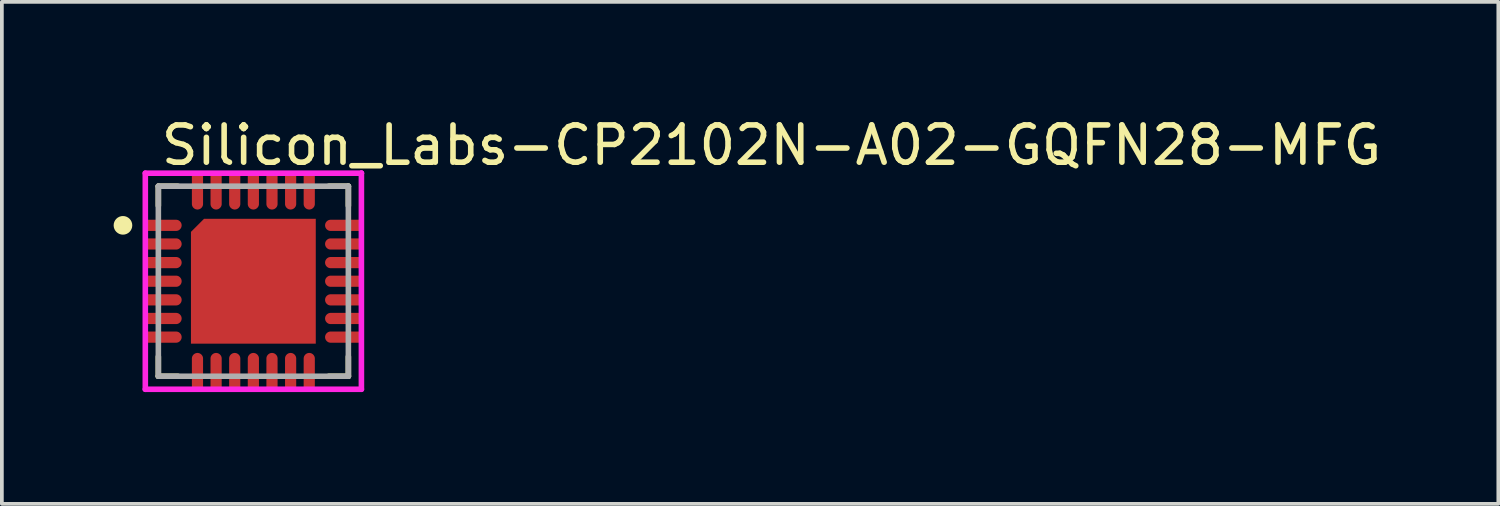
<source format=kicad_pcb>
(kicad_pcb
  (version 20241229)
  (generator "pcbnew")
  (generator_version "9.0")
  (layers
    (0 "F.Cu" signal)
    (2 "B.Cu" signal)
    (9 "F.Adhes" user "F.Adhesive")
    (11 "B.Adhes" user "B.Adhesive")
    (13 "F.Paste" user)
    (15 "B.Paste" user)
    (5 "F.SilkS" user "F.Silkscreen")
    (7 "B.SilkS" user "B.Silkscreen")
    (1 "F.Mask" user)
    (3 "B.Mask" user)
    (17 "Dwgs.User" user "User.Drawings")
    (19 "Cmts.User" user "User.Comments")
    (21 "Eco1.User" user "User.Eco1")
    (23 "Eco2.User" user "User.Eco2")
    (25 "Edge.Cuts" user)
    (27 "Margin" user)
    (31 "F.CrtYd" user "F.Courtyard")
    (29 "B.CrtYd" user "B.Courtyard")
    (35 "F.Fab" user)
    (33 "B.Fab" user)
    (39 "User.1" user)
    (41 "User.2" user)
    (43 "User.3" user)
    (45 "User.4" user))
  (footprint "Silicon_Labs-CP2102N-A02-GQFN28-MFG"
    (layer "F.Cu")
    (at 3.75 4.498)
    (property "Reference" "Silicon_Labs-CP2102N-A02-GQFN28-MFG" (at -2.55 -3.65 0) (layer "F.SilkS") (effects (font (size 1 1) (thickness 0.15)) (justify left)))
    (attr through_hole)
    (fp_line (start -2.55 -2.55) (end -2.025 -2.55) (stroke (width 0.15) (type solid)) (layer "F.SilkS"))
    (fp_line (start -2.55 -2.025) (end -2.55 -2.55) (stroke (width 0.15) (type solid)) (layer "F.SilkS"))
    (fp_line (start -2.55 2.55) (end -2.55 2.025) (stroke (width 0.15) (type solid)) (layer "F.SilkS"))
    (fp_line (start -2.55 2.55) (end -2.025 2.55) (stroke (width 0.15) (type solid)) (layer "F.SilkS"))
    (fp_line (start 2.025 -2.55) (end 2.55 -2.55) (stroke (width 0.15) (type solid)) (layer "F.SilkS"))
    (fp_line (start 2.025 2.55) (end 2.55 2.55) (stroke (width 0.15) (type solid)) (layer "F.SilkS"))
    (fp_line (start 2.55 -2.025) (end 2.55 -2.55) (stroke (width 0.15) (type solid)) (layer "F.SilkS"))
    (fp_line (start 2.55 2.55) (end 2.55 2.025) (stroke (width 0.15) (type solid)) (layer "F.SilkS"))
    (fp_circle (center -3.5 -1.5) (end -3.375 -1.5) (stroke (width 0.25) (type solid)) (fill no) (layer "F.SilkS"))
    (fp_line (start -2.9 -2.9) (end -2.9 2.9) (stroke (width 0.15) (type solid)) (layer "F.CrtYd"))
    (fp_line (start -2.9 2.9) (end 2.9 2.9) (stroke (width 0.15) (type solid)) (layer "F.CrtYd"))
    (fp_line (start 2.9 -2.9) (end -2.9 -2.9) (stroke (width 0.15) (type solid)) (layer "F.CrtYd"))
    (fp_line (start 2.9 -2.9) (end 2.9 -2.9) (stroke (width 0.15) (type solid)) (layer "F.CrtYd"))
    (fp_line (start 2.9 2.9) (end 2.9 -2.9) (stroke (width 0.15) (type solid)) (layer "F.CrtYd"))
    (fp_line (start -2.55 -2.55) (end 2.55 -2.55) (stroke (width 0.15) (type solid)) (layer "F.Fab"))
    (fp_line (start -2.55 2.55) (end -2.55 -2.55) (stroke (width 0.15) (type solid)) (layer "F.Fab"))
    (fp_line (start 2.55 -2.55) (end 2.55 2.55) (stroke (width 0.15) (type solid)) (layer "F.Fab"))
    (fp_line (start 2.55 2.55) (end -2.55 2.55) (stroke (width 0.15) (type solid)) (layer "F.Fab"))
    (pad "" smd rect (at -0.75 -0.75) (size 1.2 1.2) (layers "F.Paste"))
    (pad "" smd rect (at -0.75 0.75) (size 1.2 1.2) (layers "F.Paste"))
    (pad "" smd rect (at 0.75 -0.75) (size 1.2 1.2) (layers "F.Paste"))
    (pad "" smd rect (at 0.75 0.75) (size 1.2 1.2) (layers "F.Paste"))
    (pad "1" smd custom (at -2.4 -1.5) (size 0.3 0.3) (layers "F.Cu" "F.Mask" "F.Paste") (options (anchor circle)) (primitives (gr_poly (pts (xy -0.475 -0.15) (xy -0.475 0.15) (xy 0.325 0.15) (xy 0.337 0.15) (xy 0.348 0.148) (xy 0.36 0.146) (xy 0.371 0.143) (xy 0.382 0.139) (xy 0.393 0.134) (xy 0.403 0.128) (xy 0.413 0.121) (xy 0.422 0.114) (xy 0.431 0.106) (xy 0.439 0.097) (xy 0.446 0.088) (xy 0.453 0.078) (xy 0.459 0.068) (xy 0.464 0.057) (xy 0.468 0.046) (xy 0.471 0.035) (xy 0.473 0.023) (xy 0.475 0.012) (xy 0.475 0) (xy 0.475 -0.012) (xy 0.473 -0.023) (xy 0.471 -0.035) (xy 0.468 -0.046) (xy 0.464 -0.057) (xy 0.459 -0.068) (xy 0.453 -0.078) (xy 0.446 -0.088) (xy 0.439 -0.097) (xy 0.431 -0.106) (xy 0.422 -0.114) (xy 0.413 -0.121) (xy 0.403 -0.128) (xy 0.393 -0.134) (xy 0.382 -0.139) (xy 0.371 -0.143) (xy 0.36 -0.146) (xy 0.348 -0.148) (xy 0.337 -0.15) (xy 0.325 -0.15) (xy -0.475 -0.15)) (width 0) (fill yes))))
    (pad "2" smd custom (at -2.4 -1) (size 0.3 0.3) (layers "F.Cu" "F.Mask" "F.Paste") (options (anchor circle)) (primitives (gr_poly (pts (xy -0.475 -0.15) (xy -0.475 0.15) (xy 0.325 0.15) (xy 0.337 0.15) (xy 0.348 0.148) (xy 0.36 0.146) (xy 0.371 0.143) (xy 0.382 0.139) (xy 0.393 0.134) (xy 0.403 0.128) (xy 0.413 0.121) (xy 0.422 0.114) (xy 0.431 0.106) (xy 0.439 0.097) (xy 0.446 0.088) (xy 0.453 0.078) (xy 0.459 0.068) (xy 0.464 0.057) (xy 0.468 0.046) (xy 0.471 0.035) (xy 0.473 0.023) (xy 0.475 0.012) (xy 0.475 0) (xy 0.475 -0.012) (xy 0.473 -0.023) (xy 0.471 -0.035) (xy 0.468 -0.046) (xy 0.464 -0.057) (xy 0.459 -0.068) (xy 0.453 -0.078) (xy 0.446 -0.088) (xy 0.439 -0.097) (xy 0.431 -0.106) (xy 0.422 -0.114) (xy 0.413 -0.121) (xy 0.403 -0.128) (xy 0.393 -0.134) (xy 0.382 -0.139) (xy 0.371 -0.143) (xy 0.36 -0.146) (xy 0.348 -0.148) (xy 0.337 -0.15) (xy 0.325 -0.15) (xy -0.475 -0.15)) (width 0) (fill yes))))
    (pad "3" smd custom (at -2.4 -0.5) (size 0.3 0.3) (layers "F.Cu" "F.Mask" "F.Paste") (options (anchor circle)) (primitives (gr_poly (pts (xy -0.475 -0.15) (xy -0.475 0.15) (xy 0.325 0.15) (xy 0.337 0.15) (xy 0.348 0.148) (xy 0.36 0.146) (xy 0.371 0.143) (xy 0.382 0.139) (xy 0.393 0.134) (xy 0.403 0.128) (xy 0.413 0.121) (xy 0.422 0.114) (xy 0.431 0.106) (xy 0.439 0.097) (xy 0.446 0.088) (xy 0.453 0.078) (xy 0.459 0.068) (xy 0.464 0.057) (xy 0.468 0.046) (xy 0.471 0.035) (xy 0.473 0.023) (xy 0.475 0.012) (xy 0.475 0) (xy 0.475 -0.012) (xy 0.473 -0.023) (xy 0.471 -0.035) (xy 0.468 -0.046) (xy 0.464 -0.057) (xy 0.459 -0.068) (xy 0.453 -0.078) (xy 0.446 -0.088) (xy 0.439 -0.097) (xy 0.431 -0.106) (xy 0.422 -0.114) (xy 0.413 -0.121) (xy 0.403 -0.128) (xy 0.393 -0.134) (xy 0.382 -0.139) (xy 0.371 -0.143) (xy 0.36 -0.146) (xy 0.348 -0.148) (xy 0.337 -0.15) (xy 0.325 -0.15) (xy -0.475 -0.15)) (width 0) (fill yes))))
    (pad "4" smd custom (at -2.4 0) (size 0.3 0.3) (layers "F.Cu" "F.Mask" "F.Paste") (options (anchor circle)) (primitives (gr_poly (pts (xy -0.475 -0.15) (xy -0.475 0.15) (xy 0.325 0.15) (xy 0.337 0.15) (xy 0.348 0.148) (xy 0.36 0.146) (xy 0.371 0.143) (xy 0.382 0.139) (xy 0.393 0.134) (xy 0.403 0.128) (xy 0.413 0.121) (xy 0.422 0.114) (xy 0.431 0.106) (xy 0.439 0.097) (xy 0.446 0.088) (xy 0.453 0.078) (xy 0.459 0.068) (xy 0.464 0.057) (xy 0.468 0.046) (xy 0.471 0.035) (xy 0.473 0.023) (xy 0.475 0.012) (xy 0.475 0) (xy 0.475 -0.012) (xy 0.473 -0.023) (xy 0.471 -0.035) (xy 0.468 -0.046) (xy 0.464 -0.057) (xy 0.459 -0.068) (xy 0.453 -0.078) (xy 0.446 -0.088) (xy 0.439 -0.097) (xy 0.431 -0.106) (xy 0.422 -0.114) (xy 0.413 -0.121) (xy 0.403 -0.128) (xy 0.393 -0.134) (xy 0.382 -0.139) (xy 0.371 -0.143) (xy 0.36 -0.146) (xy 0.348 -0.148) (xy 0.337 -0.15) (xy 0.325 -0.15) (xy -0.475 -0.15)) (width 0) (fill yes))))
    (pad "5" smd custom (at -2.4 0.5) (size 0.3 0.3) (layers "F.Cu" "F.Mask" "F.Paste") (options (anchor circle)) (primitives (gr_poly (pts (xy -0.475 -0.15) (xy -0.475 0.15) (xy 0.325 0.15) (xy 0.337 0.15) (xy 0.348 0.148) (xy 0.36 0.146) (xy 0.371 0.143) (xy 0.382 0.139) (xy 0.393 0.134) (xy 0.403 0.128) (xy 0.413 0.121) (xy 0.422 0.114) (xy 0.431 0.106) (xy 0.439 0.097) (xy 0.446 0.088) (xy 0.453 0.078) (xy 0.459 0.068) (xy 0.464 0.057) (xy 0.468 0.046) (xy 0.471 0.035) (xy 0.473 0.023) (xy 0.475 0.012) (xy 0.475 0) (xy 0.475 -0.012) (xy 0.473 -0.023) (xy 0.471 -0.035) (xy 0.468 -0.046) (xy 0.464 -0.057) (xy 0.459 -0.068) (xy 0.453 -0.078) (xy 0.446 -0.088) (xy 0.439 -0.097) (xy 0.431 -0.106) (xy 0.422 -0.114) (xy 0.413 -0.121) (xy 0.403 -0.128) (xy 0.393 -0.134) (xy 0.382 -0.139) (xy 0.371 -0.143) (xy 0.36 -0.146) (xy 0.348 -0.148) (xy 0.337 -0.15) (xy 0.325 -0.15) (xy -0.475 -0.15)) (width 0) (fill yes))))
    (pad "6" smd custom (at -2.4 1) (size 0.3 0.3) (layers "F.Cu" "F.Mask" "F.Paste") (options (anchor circle)) (primitives (gr_poly (pts (xy -0.475 -0.15) (xy -0.475 0.15) (xy 0.325 0.15) (xy 0.337 0.15) (xy 0.348 0.148) (xy 0.36 0.146) (xy 0.371 0.143) (xy 0.382 0.139) (xy 0.393 0.134) (xy 0.403 0.128) (xy 0.413 0.121) (xy 0.422 0.114) (xy 0.431 0.106) (xy 0.439 0.097) (xy 0.446 0.088) (xy 0.453 0.078) (xy 0.459 0.068) (xy 0.464 0.057) (xy 0.468 0.046) (xy 0.471 0.035) (xy 0.473 0.023) (xy 0.475 0.012) (xy 0.475 0) (xy 0.475 -0.012) (xy 0.473 -0.023) (xy 0.471 -0.035) (xy 0.468 -0.046) (xy 0.464 -0.057) (xy 0.459 -0.068) (xy 0.453 -0.078) (xy 0.446 -0.088) (xy 0.439 -0.097) (xy 0.431 -0.106) (xy 0.422 -0.114) (xy 0.413 -0.121) (xy 0.403 -0.128) (xy 0.393 -0.134) (xy 0.382 -0.139) (xy 0.371 -0.143) (xy 0.36 -0.146) (xy 0.348 -0.148) (xy 0.337 -0.15) (xy 0.325 -0.15) (xy -0.475 -0.15)) (width 0) (fill yes))))
    (pad "7" smd custom (at -2.4 1.5) (size 0.3 0.3) (layers "F.Cu" "F.Mask" "F.Paste") (options (anchor circle)) (primitives (gr_poly (pts (xy -0.475 -0.15) (xy -0.475 0.15) (xy 0.325 0.15) (xy 0.337 0.15) (xy 0.348 0.148) (xy 0.36 0.146) (xy 0.371 0.143) (xy 0.382 0.139) (xy 0.393 0.134) (xy 0.403 0.128) (xy 0.413 0.121) (xy 0.422 0.114) (xy 0.431 0.106) (xy 0.439 0.097) (xy 0.446 0.088) (xy 0.453 0.078) (xy 0.459 0.068) (xy 0.464 0.057) (xy 0.468 0.046) (xy 0.471 0.035) (xy 0.473 0.023) (xy 0.475 0.012) (xy 0.475 0) (xy 0.475 -0.012) (xy 0.473 -0.023) (xy 0.471 -0.035) (xy 0.468 -0.046) (xy 0.464 -0.057) (xy 0.459 -0.068) (xy 0.453 -0.078) (xy 0.446 -0.088) (xy 0.439 -0.097) (xy 0.431 -0.106) (xy 0.422 -0.114) (xy 0.413 -0.121) (xy 0.403 -0.128) (xy 0.393 -0.134) (xy 0.382 -0.139) (xy 0.371 -0.143) (xy 0.36 -0.146) (xy 0.348 -0.148) (xy 0.337 -0.15) (xy 0.325 -0.15) (xy -0.475 -0.15)) (width 0) (fill yes))))
    (pad "8" smd custom (at -1.5 2.4) (size 0.3 0.3) (layers "F.Cu" "F.Mask" "F.Paste") (options (anchor circle)) (primitives (gr_poly (pts (xy -0.15 0.475) (xy 0.15 0.475) (xy 0.15 -0.325) (xy 0.15 -0.337) (xy 0.148 -0.348) (xy 0.146 -0.36) (xy 0.143 -0.371) (xy 0.139 -0.382) (xy 0.134 -0.393) (xy 0.128 -0.403) (xy 0.121 -0.413) (xy 0.114 -0.422) (xy 0.106 -0.431) (xy 0.097 -0.439) (xy 0.088 -0.446) (xy 0.078 -0.453) (xy 0.068 -0.459) (xy 0.057 -0.464) (xy 0.046 -0.468) (xy 0.035 -0.471) (xy 0.023 -0.473) (xy 0.012 -0.475) (xy 0 -0.475) (xy -0.012 -0.475) (xy -0.023 -0.473) (xy -0.035 -0.471) (xy -0.046 -0.468) (xy -0.057 -0.464) (xy -0.068 -0.459) (xy -0.078 -0.453) (xy -0.088 -0.446) (xy -0.097 -0.439) (xy -0.106 -0.431) (xy -0.114 -0.422) (xy -0.121 -0.413) (xy -0.128 -0.403) (xy -0.134 -0.393) (xy -0.139 -0.382) (xy -0.143 -0.371) (xy -0.146 -0.36) (xy -0.148 -0.348) (xy -0.15 -0.337) (xy -0.15 -0.325) (xy -0.15 0.475)) (width 0) (fill yes))))
    (pad "9" smd custom (at -1 2.4) (size 0.3 0.3) (layers "F.Cu" "F.Mask" "F.Paste") (options (anchor circle)) (primitives (gr_poly (pts (xy -0.15 0.475) (xy 0.15 0.475) (xy 0.15 -0.325) (xy 0.15 -0.337) (xy 0.148 -0.348) (xy 0.146 -0.36) (xy 0.143 -0.371) (xy 0.139 -0.382) (xy 0.134 -0.393) (xy 0.128 -0.403) (xy 0.121 -0.413) (xy 0.114 -0.422) (xy 0.106 -0.431) (xy 0.097 -0.439) (xy 0.088 -0.446) (xy 0.078 -0.453) (xy 0.068 -0.459) (xy 0.057 -0.464) (xy 0.046 -0.468) (xy 0.035 -0.471) (xy 0.023 -0.473) (xy 0.012 -0.475) (xy 0 -0.475) (xy -0.012 -0.475) (xy -0.023 -0.473) (xy -0.035 -0.471) (xy -0.046 -0.468) (xy -0.057 -0.464) (xy -0.068 -0.459) (xy -0.078 -0.453) (xy -0.088 -0.446) (xy -0.097 -0.439) (xy -0.106 -0.431) (xy -0.114 -0.422) (xy -0.121 -0.413) (xy -0.128 -0.403) (xy -0.134 -0.393) (xy -0.139 -0.382) (xy -0.143 -0.371) (xy -0.146 -0.36) (xy -0.148 -0.348) (xy -0.15 -0.337) (xy -0.15 -0.325) (xy -0.15 0.475)) (width 0) (fill yes))))
    (pad "10" smd custom (at -0.5 2.4) (size 0.3 0.3) (layers "F.Cu" "F.Mask" "F.Paste") (options (anchor circle)) (primitives (gr_poly (pts (xy -0.15 0.475) (xy 0.15 0.475) (xy 0.15 -0.325) (xy 0.15 -0.337) (xy 0.148 -0.348) (xy 0.146 -0.36) (xy 0.143 -0.371) (xy 0.139 -0.382) (xy 0.134 -0.393) (xy 0.128 -0.403) (xy 0.121 -0.413) (xy 0.114 -0.422) (xy 0.106 -0.431) (xy 0.097 -0.439) (xy 0.088 -0.446) (xy 0.078 -0.453) (xy 0.068 -0.459) (xy 0.057 -0.464) (xy 0.046 -0.468) (xy 0.035 -0.471) (xy 0.023 -0.473) (xy 0.012 -0.475) (xy 0 -0.475) (xy -0.012 -0.475) (xy -0.023 -0.473) (xy -0.035 -0.471) (xy -0.046 -0.468) (xy -0.057 -0.464) (xy -0.068 -0.459) (xy -0.078 -0.453) (xy -0.088 -0.446) (xy -0.097 -0.439) (xy -0.106 -0.431) (xy -0.114 -0.422) (xy -0.121 -0.413) (xy -0.128 -0.403) (xy -0.134 -0.393) (xy -0.139 -0.382) (xy -0.143 -0.371) (xy -0.146 -0.36) (xy -0.148 -0.348) (xy -0.15 -0.337) (xy -0.15 -0.325) (xy -0.15 0.475)) (width 0) (fill yes))))
    (pad "11" smd custom (at 0 2.4) (size 0.3 0.3) (layers "F.Cu" "F.Mask" "F.Paste") (options (anchor circle)) (primitives (gr_poly (pts (xy -0.15 0.475) (xy 0.15 0.475) (xy 0.15 -0.325) (xy 0.15 -0.337) (xy 0.148 -0.348) (xy 0.146 -0.36) (xy 0.143 -0.371) (xy 0.139 -0.382) (xy 0.134 -0.393) (xy 0.128 -0.403) (xy 0.121 -0.413) (xy 0.114 -0.422) (xy 0.106 -0.431) (xy 0.097 -0.439) (xy 0.088 -0.446) (xy 0.078 -0.453) (xy 0.068 -0.459) (xy 0.057 -0.464) (xy 0.046 -0.468) (xy 0.035 -0.471) (xy 0.023 -0.473) (xy 0.012 -0.475) (xy 0 -0.475) (xy -0.012 -0.475) (xy -0.023 -0.473) (xy -0.035 -0.471) (xy -0.046 -0.468) (xy -0.057 -0.464) (xy -0.068 -0.459) (xy -0.078 -0.453) (xy -0.088 -0.446) (xy -0.097 -0.439) (xy -0.106 -0.431) (xy -0.114 -0.422) (xy -0.121 -0.413) (xy -0.128 -0.403) (xy -0.134 -0.393) (xy -0.139 -0.382) (xy -0.143 -0.371) (xy -0.146 -0.36) (xy -0.148 -0.348) (xy -0.15 -0.337) (xy -0.15 -0.325) (xy -0.15 0.475)) (width 0) (fill yes))))
    (pad "12" smd custom (at 0.5 2.4) (size 0.3 0.3) (layers "F.Cu" "F.Mask" "F.Paste") (options (anchor circle)) (primitives (gr_poly (pts (xy -0.15 0.475) (xy 0.15 0.475) (xy 0.15 -0.325) (xy 0.15 -0.337) (xy 0.148 -0.348) (xy 0.146 -0.36) (xy 0.143 -0.371) (xy 0.139 -0.382) (xy 0.134 -0.393) (xy 0.128 -0.403) (xy 0.121 -0.413) (xy 0.114 -0.422) (xy 0.106 -0.431) (xy 0.097 -0.439) (xy 0.088 -0.446) (xy 0.078 -0.453) (xy 0.068 -0.459) (xy 0.057 -0.464) (xy 0.046 -0.468) (xy 0.035 -0.471) (xy 0.023 -0.473) (xy 0.012 -0.475) (xy 0 -0.475) (xy -0.012 -0.475) (xy -0.023 -0.473) (xy -0.035 -0.471) (xy -0.046 -0.468) (xy -0.057 -0.464) (xy -0.068 -0.459) (xy -0.078 -0.453) (xy -0.088 -0.446) (xy -0.097 -0.439) (xy -0.106 -0.431) (xy -0.114 -0.422) (xy -0.121 -0.413) (xy -0.128 -0.403) (xy -0.134 -0.393) (xy -0.139 -0.382) (xy -0.143 -0.371) (xy -0.146 -0.36) (xy -0.148 -0.348) (xy -0.15 -0.337) (xy -0.15 -0.325) (xy -0.15 0.475)) (width 0) (fill yes))))
    (pad "13" smd custom (at 1 2.4) (size 0.3 0.3) (layers "F.Cu" "F.Mask" "F.Paste") (options (anchor circle)) (primitives (gr_poly (pts (xy -0.15 0.475) (xy 0.15 0.475) (xy 0.15 -0.325) (xy 0.15 -0.337) (xy 0.148 -0.348) (xy 0.146 -0.36) (xy 0.143 -0.371) (xy 0.139 -0.382) (xy 0.134 -0.393) (xy 0.128 -0.403) (xy 0.121 -0.413) (xy 0.114 -0.422) (xy 0.106 -0.431) (xy 0.097 -0.439) (xy 0.088 -0.446) (xy 0.078 -0.453) (xy 0.068 -0.459) (xy 0.057 -0.464) (xy 0.046 -0.468) (xy 0.035 -0.471) (xy 0.023 -0.473) (xy 0.012 -0.475) (xy 0 -0.475) (xy -0.012 -0.475) (xy -0.023 -0.473) (xy -0.035 -0.471) (xy -0.046 -0.468) (xy -0.057 -0.464) (xy -0.068 -0.459) (xy -0.078 -0.453) (xy -0.088 -0.446) (xy -0.097 -0.439) (xy -0.106 -0.431) (xy -0.114 -0.422) (xy -0.121 -0.413) (xy -0.128 -0.403) (xy -0.134 -0.393) (xy -0.139 -0.382) (xy -0.143 -0.371) (xy -0.146 -0.36) (xy -0.148 -0.348) (xy -0.15 -0.337) (xy -0.15 -0.325) (xy -0.15 0.475)) (width 0) (fill yes))))
    (pad "14" smd custom (at 1.5 2.4) (size 0.3 0.3) (layers "F.Cu" "F.Mask" "F.Paste") (options (anchor circle)) (primitives (gr_poly (pts (xy -0.15 0.475) (xy 0.15 0.475) (xy 0.15 -0.325) (xy 0.15 -0.337) (xy 0.148 -0.348) (xy 0.146 -0.36) (xy 0.143 -0.371) (xy 0.139 -0.382) (xy 0.134 -0.393) (xy 0.128 -0.403) (xy 0.121 -0.413) (xy 0.114 -0.422) (xy 0.106 -0.431) (xy 0.097 -0.439) (xy 0.088 -0.446) (xy 0.078 -0.453) (xy 0.068 -0.459) (xy 0.057 -0.464) (xy 0.046 -0.468) (xy 0.035 -0.471) (xy 0.023 -0.473) (xy 0.012 -0.475) (xy 0 -0.475) (xy -0.012 -0.475) (xy -0.023 -0.473) (xy -0.035 -0.471) (xy -0.046 -0.468) (xy -0.057 -0.464) (xy -0.068 -0.459) (xy -0.078 -0.453) (xy -0.088 -0.446) (xy -0.097 -0.439) (xy -0.106 -0.431) (xy -0.114 -0.422) (xy -0.121 -0.413) (xy -0.128 -0.403) (xy -0.134 -0.393) (xy -0.139 -0.382) (xy -0.143 -0.371) (xy -0.146 -0.36) (xy -0.148 -0.348) (xy -0.15 -0.337) (xy -0.15 -0.325) (xy -0.15 0.475)) (width 0) (fill yes))))
    (pad "15" smd custom (at 2.4 1.5) (size 0.3 0.3) (layers "F.Cu" "F.Mask" "F.Paste") (options (anchor circle)) (primitives (gr_poly (pts (xy 0.475 0.15) (xy 0.475 -0.15) (xy -0.325 -0.15) (xy -0.337 -0.15) (xy -0.348 -0.148) (xy -0.36 -0.146) (xy -0.371 -0.143) (xy -0.382 -0.139) (xy -0.393 -0.134) (xy -0.403 -0.128) (xy -0.413 -0.121) (xy -0.422 -0.114) (xy -0.431 -0.106) (xy -0.439 -0.097) (xy -0.446 -0.088) (xy -0.453 -0.078) (xy -0.459 -0.068) (xy -0.464 -0.057) (xy -0.468 -0.046) (xy -0.471 -0.035) (xy -0.473 -0.023) (xy -0.475 -0.012) (xy -0.475 0) (xy -0.475 0.012) (xy -0.473 0.023) (xy -0.471 0.035) (xy -0.468 0.046) (xy -0.464 0.057) (xy -0.459 0.068) (xy -0.453 0.078) (xy -0.446 0.088) (xy -0.439 0.097) (xy -0.431 0.106) (xy -0.422 0.114) (xy -0.413 0.121) (xy -0.403 0.128) (xy -0.393 0.134) (xy -0.382 0.139) (xy -0.371 0.143) (xy -0.36 0.146) (xy -0.348 0.148) (xy -0.337 0.15) (xy -0.325 0.15) (xy 0.475 0.15)) (width 0) (fill yes))))
    (pad "16" smd custom (at 2.4 1) (size 0.3 0.3) (layers "F.Cu" "F.Mask" "F.Paste") (options (anchor circle)) (primitives (gr_poly (pts (xy 0.475 0.15) (xy 0.475 -0.15) (xy -0.325 -0.15) (xy -0.337 -0.15) (xy -0.348 -0.148) (xy -0.36 -0.146) (xy -0.371 -0.143) (xy -0.382 -0.139) (xy -0.393 -0.134) (xy -0.403 -0.128) (xy -0.413 -0.121) (xy -0.422 -0.114) (xy -0.431 -0.106) (xy -0.439 -0.097) (xy -0.446 -0.088) (xy -0.453 -0.078) (xy -0.459 -0.068) (xy -0.464 -0.057) (xy -0.468 -0.046) (xy -0.471 -0.035) (xy -0.473 -0.023) (xy -0.475 -0.012) (xy -0.475 0) (xy -0.475 0.012) (xy -0.473 0.023) (xy -0.471 0.035) (xy -0.468 0.046) (xy -0.464 0.057) (xy -0.459 0.068) (xy -0.453 0.078) (xy -0.446 0.088) (xy -0.439 0.097) (xy -0.431 0.106) (xy -0.422 0.114) (xy -0.413 0.121) (xy -0.403 0.128) (xy -0.393 0.134) (xy -0.382 0.139) (xy -0.371 0.143) (xy -0.36 0.146) (xy -0.348 0.148) (xy -0.337 0.15) (xy -0.325 0.15) (xy 0.475 0.15)) (width 0) (fill yes))))
    (pad "17" smd custom (at 2.4 0.5) (size 0.3 0.3) (layers "F.Cu" "F.Mask" "F.Paste") (options (anchor circle)) (primitives (gr_poly (pts (xy 0.475 0.15) (xy 0.475 -0.15) (xy -0.325 -0.15) (xy -0.337 -0.15) (xy -0.348 -0.148) (xy -0.36 -0.146) (xy -0.371 -0.143) (xy -0.382 -0.139) (xy -0.393 -0.134) (xy -0.403 -0.128) (xy -0.413 -0.121) (xy -0.422 -0.114) (xy -0.431 -0.106) (xy -0.439 -0.097) (xy -0.446 -0.088) (xy -0.453 -0.078) (xy -0.459 -0.068) (xy -0.464 -0.057) (xy -0.468 -0.046) (xy -0.471 -0.035) (xy -0.473 -0.023) (xy -0.475 -0.012) (xy -0.475 0) (xy -0.475 0.012) (xy -0.473 0.023) (xy -0.471 0.035) (xy -0.468 0.046) (xy -0.464 0.057) (xy -0.459 0.068) (xy -0.453 0.078) (xy -0.446 0.088) (xy -0.439 0.097) (xy -0.431 0.106) (xy -0.422 0.114) (xy -0.413 0.121) (xy -0.403 0.128) (xy -0.393 0.134) (xy -0.382 0.139) (xy -0.371 0.143) (xy -0.36 0.146) (xy -0.348 0.148) (xy -0.337 0.15) (xy -0.325 0.15) (xy 0.475 0.15)) (width 0) (fill yes))))
    (pad "18" smd custom (at 2.4 0) (size 0.3 0.3) (layers "F.Cu" "F.Mask" "F.Paste") (options (anchor circle)) (primitives (gr_poly (pts (xy 0.475 0.15) (xy 0.475 -0.15) (xy -0.325 -0.15) (xy -0.337 -0.15) (xy -0.348 -0.148) (xy -0.36 -0.146) (xy -0.371 -0.143) (xy -0.382 -0.139) (xy -0.393 -0.134) (xy -0.403 -0.128) (xy -0.413 -0.121) (xy -0.422 -0.114) (xy -0.431 -0.106) (xy -0.439 -0.097) (xy -0.446 -0.088) (xy -0.453 -0.078) (xy -0.459 -0.068) (xy -0.464 -0.057) (xy -0.468 -0.046) (xy -0.471 -0.035) (xy -0.473 -0.023) (xy -0.475 -0.012) (xy -0.475 0) (xy -0.475 0.012) (xy -0.473 0.023) (xy -0.471 0.035) (xy -0.468 0.046) (xy -0.464 0.057) (xy -0.459 0.068) (xy -0.453 0.078) (xy -0.446 0.088) (xy -0.439 0.097) (xy -0.431 0.106) (xy -0.422 0.114) (xy -0.413 0.121) (xy -0.403 0.128) (xy -0.393 0.134) (xy -0.382 0.139) (xy -0.371 0.143) (xy -0.36 0.146) (xy -0.348 0.148) (xy -0.337 0.15) (xy -0.325 0.15) (xy 0.475 0.15)) (width 0) (fill yes))))
    (pad "19" smd custom (at 2.4 -0.5) (size 0.3 0.3) (layers "F.Cu" "F.Mask" "F.Paste") (options (anchor circle)) (primitives (gr_poly (pts (xy 0.475 0.15) (xy 0.475 -0.15) (xy -0.325 -0.15) (xy -0.337 -0.15) (xy -0.348 -0.148) (xy -0.36 -0.146) (xy -0.371 -0.143) (xy -0.382 -0.139) (xy -0.393 -0.134) (xy -0.403 -0.128) (xy -0.413 -0.121) (xy -0.422 -0.114) (xy -0.431 -0.106) (xy -0.439 -0.097) (xy -0.446 -0.088) (xy -0.453 -0.078) (xy -0.459 -0.068) (xy -0.464 -0.057) (xy -0.468 -0.046) (xy -0.471 -0.035) (xy -0.473 -0.023) (xy -0.475 -0.012) (xy -0.475 0) (xy -0.475 0.012) (xy -0.473 0.023) (xy -0.471 0.035) (xy -0.468 0.046) (xy -0.464 0.057) (xy -0.459 0.068) (xy -0.453 0.078) (xy -0.446 0.088) (xy -0.439 0.097) (xy -0.431 0.106) (xy -0.422 0.114) (xy -0.413 0.121) (xy -0.403 0.128) (xy -0.393 0.134) (xy -0.382 0.139) (xy -0.371 0.143) (xy -0.36 0.146) (xy -0.348 0.148) (xy -0.337 0.15) (xy -0.325 0.15) (xy 0.475 0.15)) (width 0) (fill yes))))
    (pad "20" smd custom (at 2.4 -1) (size 0.3 0.3) (layers "F.Cu" "F.Mask" "F.Paste") (options (anchor circle)) (primitives (gr_poly (pts (xy 0.475 0.15) (xy 0.475 -0.15) (xy -0.325 -0.15) (xy -0.337 -0.15) (xy -0.348 -0.148) (xy -0.36 -0.146) (xy -0.371 -0.143) (xy -0.382 -0.139) (xy -0.393 -0.134) (xy -0.403 -0.128) (xy -0.413 -0.121) (xy -0.422 -0.114) (xy -0.431 -0.106) (xy -0.439 -0.097) (xy -0.446 -0.088) (xy -0.453 -0.078) (xy -0.459 -0.068) (xy -0.464 -0.057) (xy -0.468 -0.046) (xy -0.471 -0.035) (xy -0.473 -0.023) (xy -0.475 -0.012) (xy -0.475 0) (xy -0.475 0.012) (xy -0.473 0.023) (xy -0.471 0.035) (xy -0.468 0.046) (xy -0.464 0.057) (xy -0.459 0.068) (xy -0.453 0.078) (xy -0.446 0.088) (xy -0.439 0.097) (xy -0.431 0.106) (xy -0.422 0.114) (xy -0.413 0.121) (xy -0.403 0.128) (xy -0.393 0.134) (xy -0.382 0.139) (xy -0.371 0.143) (xy -0.36 0.146) (xy -0.348 0.148) (xy -0.337 0.15) (xy -0.325 0.15) (xy 0.475 0.15)) (width 0) (fill yes))))
    (pad "21" smd custom (at 2.4 -1.5) (size 0.3 0.3) (layers "F.Cu" "F.Mask" "F.Paste") (options (anchor circle)) (primitives (gr_poly (pts (xy 0.475 0.15) (xy 0.475 -0.15) (xy -0.325 -0.15) (xy -0.337 -0.15) (xy -0.348 -0.148) (xy -0.36 -0.146) (xy -0.371 -0.143) (xy -0.382 -0.139) (xy -0.393 -0.134) (xy -0.403 -0.128) (xy -0.413 -0.121) (xy -0.422 -0.114) (xy -0.431 -0.106) (xy -0.439 -0.097) (xy -0.446 -0.088) (xy -0.453 -0.078) (xy -0.459 -0.068) (xy -0.464 -0.057) (xy -0.468 -0.046) (xy -0.471 -0.035) (xy -0.473 -0.023) (xy -0.475 -0.012) (xy -0.475 0) (xy -0.475 0.012) (xy -0.473 0.023) (xy -0.471 0.035) (xy -0.468 0.046) (xy -0.464 0.057) (xy -0.459 0.068) (xy -0.453 0.078) (xy -0.446 0.088) (xy -0.439 0.097) (xy -0.431 0.106) (xy -0.422 0.114) (xy -0.413 0.121) (xy -0.403 0.128) (xy -0.393 0.134) (xy -0.382 0.139) (xy -0.371 0.143) (xy -0.36 0.146) (xy -0.348 0.148) (xy -0.337 0.15) (xy -0.325 0.15) (xy 0.475 0.15)) (width 0) (fill yes))))
    (pad "22" smd custom (at 1.5 -2.4) (size 0.3 0.3) (layers "F.Cu" "F.Mask" "F.Paste") (options (anchor circle)) (primitives (gr_poly (pts (xy 0.15 -0.475) (xy -0.15 -0.475) (xy -0.15 0.325) (xy -0.15 0.337) (xy -0.148 0.348) (xy -0.146 0.36) (xy -0.143 0.371) (xy -0.139 0.382) (xy -0.134 0.393) (xy -0.128 0.403) (xy -0.121 0.413) (xy -0.114 0.422) (xy -0.106 0.431) (xy -0.097 0.439) (xy -0.088 0.446) (xy -0.078 0.453) (xy -0.068 0.459) (xy -0.057 0.464) (xy -0.046 0.468) (xy -0.035 0.471) (xy -0.023 0.473) (xy -0.012 0.475) (xy 0 0.475) (xy 0.012 0.475) (xy 0.023 0.473) (xy 0.035 0.471) (xy 0.046 0.468) (xy 0.057 0.464) (xy 0.068 0.459) (xy 0.078 0.453) (xy 0.088 0.446) (xy 0.097 0.439) (xy 0.106 0.431) (xy 0.114 0.422) (xy 0.121 0.413) (xy 0.128 0.403) (xy 0.134 0.393) (xy 0.139 0.382) (xy 0.143 0.371) (xy 0.146 0.36) (xy 0.148 0.348) (xy 0.15 0.337) (xy 0.15 0.325) (xy 0.15 -0.475)) (width 0) (fill yes))))
    (pad "23" smd custom (at 1 -2.4) (size 0.3 0.3) (layers "F.Cu" "F.Mask" "F.Paste") (options (anchor circle)) (primitives (gr_poly (pts (xy 0.15 -0.475) (xy -0.15 -0.475) (xy -0.15 0.325) (xy -0.15 0.337) (xy -0.148 0.348) (xy -0.146 0.36) (xy -0.143 0.371) (xy -0.139 0.382) (xy -0.134 0.393) (xy -0.128 0.403) (xy -0.121 0.413) (xy -0.114 0.422) (xy -0.106 0.431) (xy -0.097 0.439) (xy -0.088 0.446) (xy -0.078 0.453) (xy -0.068 0.459) (xy -0.057 0.464) (xy -0.046 0.468) (xy -0.035 0.471) (xy -0.023 0.473) (xy -0.012 0.475) (xy 0 0.475) (xy 0.012 0.475) (xy 0.023 0.473) (xy 0.035 0.471) (xy 0.046 0.468) (xy 0.057 0.464) (xy 0.068 0.459) (xy 0.078 0.453) (xy 0.088 0.446) (xy 0.097 0.439) (xy 0.106 0.431) (xy 0.114 0.422) (xy 0.121 0.413) (xy 0.128 0.403) (xy 0.134 0.393) (xy 0.139 0.382) (xy 0.143 0.371) (xy 0.146 0.36) (xy 0.148 0.348) (xy 0.15 0.337) (xy 0.15 0.325) (xy 0.15 -0.475)) (width 0) (fill yes))))
    (pad "24" smd custom (at 0.5 -2.4) (size 0.3 0.3) (layers "F.Cu" "F.Mask" "F.Paste") (options (anchor circle)) (primitives (gr_poly (pts (xy 0.15 -0.475) (xy -0.15 -0.475) (xy -0.15 0.325) (xy -0.15 0.337) (xy -0.148 0.348) (xy -0.146 0.36) (xy -0.143 0.371) (xy -0.139 0.382) (xy -0.134 0.393) (xy -0.128 0.403) (xy -0.121 0.413) (xy -0.114 0.422) (xy -0.106 0.431) (xy -0.097 0.439) (xy -0.088 0.446) (xy -0.078 0.453) (xy -0.068 0.459) (xy -0.057 0.464) (xy -0.046 0.468) (xy -0.035 0.471) (xy -0.023 0.473) (xy -0.012 0.475) (xy 0 0.475) (xy 0.012 0.475) (xy 0.023 0.473) (xy 0.035 0.471) (xy 0.046 0.468) (xy 0.057 0.464) (xy 0.068 0.459) (xy 0.078 0.453) (xy 0.088 0.446) (xy 0.097 0.439) (xy 0.106 0.431) (xy 0.114 0.422) (xy 0.121 0.413) (xy 0.128 0.403) (xy 0.134 0.393) (xy 0.139 0.382) (xy 0.143 0.371) (xy 0.146 0.36) (xy 0.148 0.348) (xy 0.15 0.337) (xy 0.15 0.325) (xy 0.15 -0.475)) (width 0) (fill yes))))
    (pad "25" smd custom (at 0 -2.4) (size 0.3 0.3) (layers "F.Cu" "F.Mask" "F.Paste") (options (anchor circle)) (primitives (gr_poly (pts (xy 0.15 -0.475) (xy -0.15 -0.475) (xy -0.15 0.325) (xy -0.15 0.337) (xy -0.148 0.348) (xy -0.146 0.36) (xy -0.143 0.371) (xy -0.139 0.382) (xy -0.134 0.393) (xy -0.128 0.403) (xy -0.121 0.413) (xy -0.114 0.422) (xy -0.106 0.431) (xy -0.097 0.439) (xy -0.088 0.446) (xy -0.078 0.453) (xy -0.068 0.459) (xy -0.057 0.464) (xy -0.046 0.468) (xy -0.035 0.471) (xy -0.023 0.473) (xy -0.012 0.475) (xy 0 0.475) (xy 0.012 0.475) (xy 0.023 0.473) (xy 0.035 0.471) (xy 0.046 0.468) (xy 0.057 0.464) (xy 0.068 0.459) (xy 0.078 0.453) (xy 0.088 0.446) (xy 0.097 0.439) (xy 0.106 0.431) (xy 0.114 0.422) (xy 0.121 0.413) (xy 0.128 0.403) (xy 0.134 0.393) (xy 0.139 0.382) (xy 0.143 0.371) (xy 0.146 0.36) (xy 0.148 0.348) (xy 0.15 0.337) (xy 0.15 0.325) (xy 0.15 -0.475)) (width 0) (fill yes))))
    (pad "26" smd custom (at -0.5 -2.4) (size 0.3 0.3) (layers "F.Cu" "F.Mask" "F.Paste") (options (anchor circle)) (primitives (gr_poly (pts (xy 0.15 -0.475) (xy -0.15 -0.475) (xy -0.15 0.325) (xy -0.15 0.337) (xy -0.148 0.348) (xy -0.146 0.36) (xy -0.143 0.371) (xy -0.139 0.382) (xy -0.134 0.393) (xy -0.128 0.403) (xy -0.121 0.413) (xy -0.114 0.422) (xy -0.106 0.431) (xy -0.097 0.439) (xy -0.088 0.446) (xy -0.078 0.453) (xy -0.068 0.459) (xy -0.057 0.464) (xy -0.046 0.468) (xy -0.035 0.471) (xy -0.023 0.473) (xy -0.012 0.475) (xy 0 0.475) (xy 0.012 0.475) (xy 0.023 0.473) (xy 0.035 0.471) (xy 0.046 0.468) (xy 0.057 0.464) (xy 0.068 0.459) (xy 0.078 0.453) (xy 0.088 0.446) (xy 0.097 0.439) (xy 0.106 0.431) (xy 0.114 0.422) (xy 0.121 0.413) (xy 0.128 0.403) (xy 0.134 0.393) (xy 0.139 0.382) (xy 0.143 0.371) (xy 0.146 0.36) (xy 0.148 0.348) (xy 0.15 0.337) (xy 0.15 0.325) (xy 0.15 -0.475)) (width 0) (fill yes))))
    (pad "27" smd custom (at -1 -2.4) (size 0.3 0.3) (layers "F.Cu" "F.Mask" "F.Paste") (options (anchor circle)) (primitives (gr_poly (pts (xy 0.15 -0.475) (xy -0.15 -0.475) (xy -0.15 0.325) (xy -0.15 0.337) (xy -0.148 0.348) (xy -0.146 0.36) (xy -0.143 0.371) (xy -0.139 0.382) (xy -0.134 0.393) (xy -0.128 0.403) (xy -0.121 0.413) (xy -0.114 0.422) (xy -0.106 0.431) (xy -0.097 0.439) (xy -0.088 0.446) (xy -0.078 0.453) (xy -0.068 0.459) (xy -0.057 0.464) (xy -0.046 0.468) (xy -0.035 0.471) (xy -0.023 0.473) (xy -0.012 0.475) (xy 0 0.475) (xy 0.012 0.475) (xy 0.023 0.473) (xy 0.035 0.471) (xy 0.046 0.468) (xy 0.057 0.464) (xy 0.068 0.459) (xy 0.078 0.453) (xy 0.088 0.446) (xy 0.097 0.439) (xy 0.106 0.431) (xy 0.114 0.422) (xy 0.121 0.413) (xy 0.128 0.403) (xy 0.134 0.393) (xy 0.139 0.382) (xy 0.143 0.371) (xy 0.146 0.36) (xy 0.148 0.348) (xy 0.15 0.337) (xy 0.15 0.325) (xy 0.15 -0.475)) (width 0) (fill yes))))
    (pad "28" smd custom (at -1.5 -2.4) (size 0.3 0.3) (layers "F.Cu" "F.Mask" "F.Paste") (options (anchor circle)) (primitives (gr_poly (pts (xy 0.15 -0.475) (xy -0.15 -0.475) (xy -0.15 0.325) (xy -0.15 0.337) (xy -0.148 0.348) (xy -0.146 0.36) (xy -0.143 0.371) (xy -0.139 0.382) (xy -0.134 0.393) (xy -0.128 0.403) (xy -0.121 0.413) (xy -0.114 0.422) (xy -0.106 0.431) (xy -0.097 0.439) (xy -0.088 0.446) (xy -0.078 0.453) (xy -0.068 0.459) (xy -0.057 0.464) (xy -0.046 0.468) (xy -0.035 0.471) (xy -0.023 0.473) (xy -0.012 0.475) (xy 0 0.475) (xy 0.012 0.475) (xy 0.023 0.473) (xy 0.035 0.471) (xy 0.046 0.468) (xy 0.057 0.464) (xy 0.068 0.459) (xy 0.078 0.453) (xy 0.088 0.446) (xy 0.097 0.439) (xy 0.106 0.431) (xy 0.114 0.422) (xy 0.121 0.413) (xy 0.128 0.403) (xy 0.134 0.393) (xy 0.139 0.382) (xy 0.143 0.371) (xy 0.146 0.36) (xy 0.148 0.348) (xy 0.15 0.337) (xy 0.15 0.325) (xy 0.15 -0.475)) (width 0) (fill yes))))
    (pad "29" smd custom (at 0 0) (size 1 1) (layers "F.Cu" "F.Mask") (options (anchor circle)) (primitives (gr_poly (pts (xy -1.675 -1.325) (xy -1.675 1.675) (xy 1.675 1.675) (xy 1.675 -1.675) (xy -1.325 -1.675) (xy -1.675 -1.325)) (width 0) (fill yes)))))
  (gr_rect
    (start -3 -3)
    (end 37.164 10.473)
    (stroke (width 0.1) (type default))
    (fill no)
    (layer "Edge.Cuts")))
</source>
